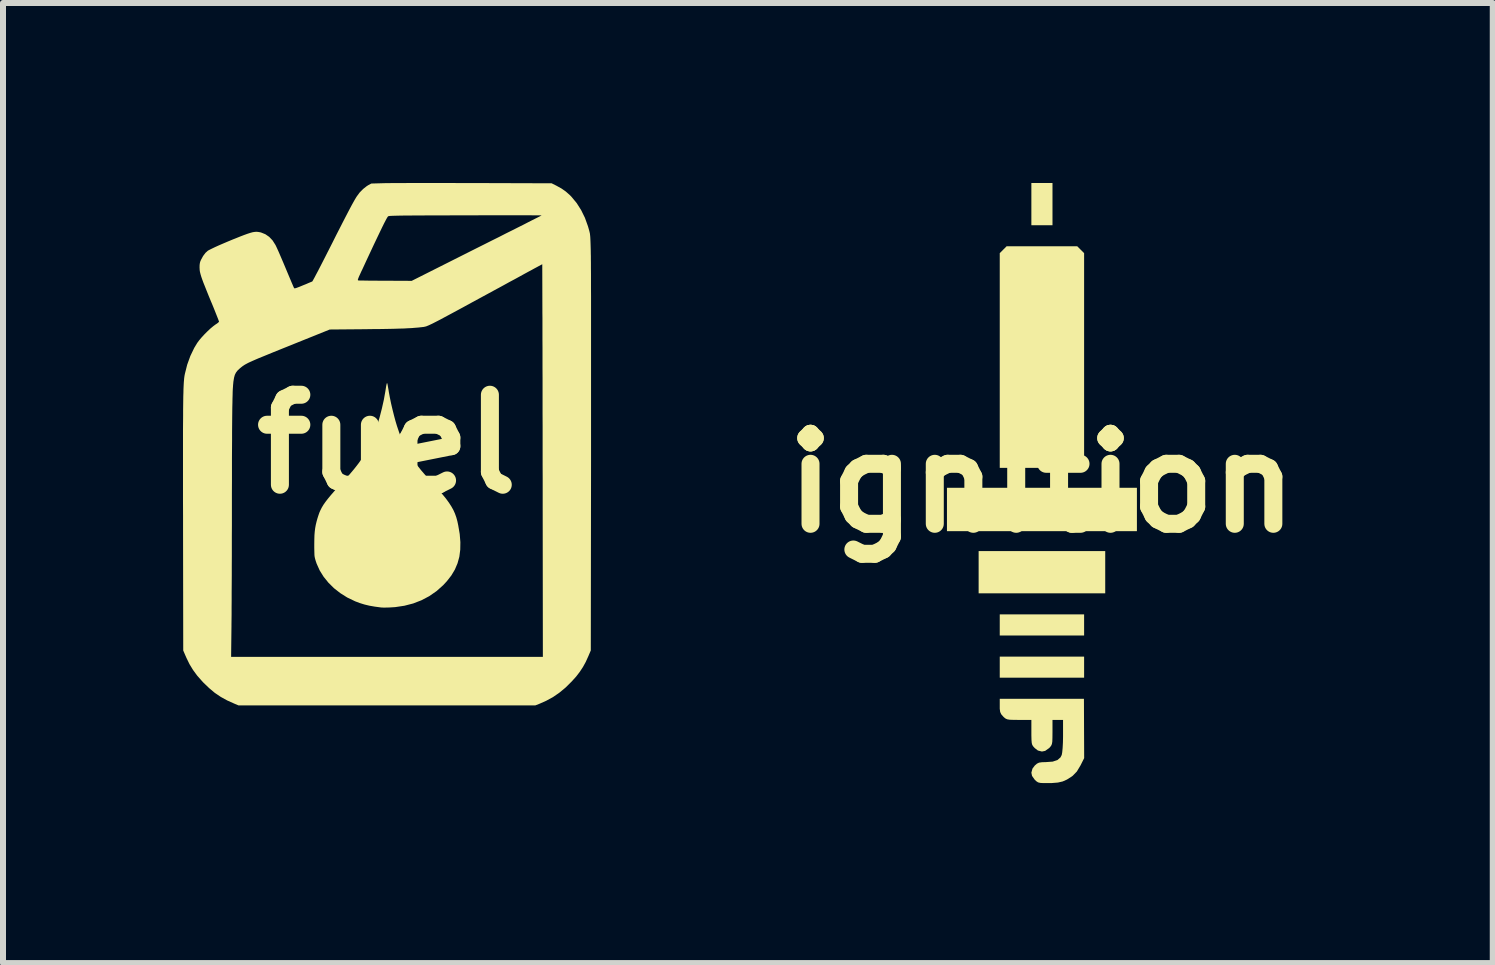
<source format=kicad_pcb>
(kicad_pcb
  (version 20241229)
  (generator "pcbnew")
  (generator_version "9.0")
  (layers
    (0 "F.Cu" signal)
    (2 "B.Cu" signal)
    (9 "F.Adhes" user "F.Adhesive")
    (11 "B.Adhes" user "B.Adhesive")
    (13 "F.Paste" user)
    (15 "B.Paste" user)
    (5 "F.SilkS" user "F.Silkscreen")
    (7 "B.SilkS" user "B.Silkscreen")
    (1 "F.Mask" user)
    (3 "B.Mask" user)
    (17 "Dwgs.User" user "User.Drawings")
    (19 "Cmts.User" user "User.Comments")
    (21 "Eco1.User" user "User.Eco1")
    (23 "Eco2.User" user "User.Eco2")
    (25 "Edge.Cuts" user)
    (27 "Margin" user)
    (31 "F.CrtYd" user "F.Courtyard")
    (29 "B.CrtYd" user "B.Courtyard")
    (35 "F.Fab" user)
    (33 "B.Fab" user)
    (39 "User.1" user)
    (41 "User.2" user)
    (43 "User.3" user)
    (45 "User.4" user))
  (footprint "ignition"
    (layer "F.Cu")
    (at 14.316 5.002)
    (property "Reference" "ignition" (at 0 0 0) (layer "F.SilkS") (effects (font (size 1.5 1.5) (thickness 0.3))))
    (attr board_only exclude_from_pos_files exclude_from_bom)
    (fp_poly (pts (xy 0.176 -4.65) (xy 0.176 -4.298) (xy 0 -4.298) (xy -0.176 -4.298) (xy -0.176 -4.65) (xy -0.176 -5.002) (xy 0 -5.002) (xy 0.176 -5.002)) (stroke (width 0) (type solid)) (fill yes) (layer "F.SilkS"))
    (fp_poly (pts (xy 0.703 2.364) (xy 0.703 2.54) (xy 0 2.54) (xy -0.703 2.54) (xy -0.703 2.364) (xy -0.703 2.188) (xy 0 2.188) (xy 0.703 2.188)) (stroke (width 0) (type solid)) (fill yes) (layer "F.SilkS"))
    (fp_poly (pts (xy 0.703 3.068) (xy 0.703 3.243) (xy 0 3.243) (xy -0.703 3.243) (xy -0.703 3.068) (xy -0.703 2.892) (xy 0 2.892) (xy 0.703 2.892)) (stroke (width 0) (type solid)) (fill yes) (layer "F.SilkS"))
    (fp_poly (pts (xy 1.055 1.485) (xy 1.055 1.837) (xy 0 1.837) (xy -1.055 1.837) (xy -1.055 1.485) (xy -1.055 1.133) (xy 0 1.133) (xy 1.055 1.133)) (stroke (width 0) (type solid)) (fill yes) (layer "F.SilkS"))
    (fp_poly (pts (xy 1.583 0.44) (xy 1.583 0.801) (xy 0 0.801) (xy -1.583 0.801) (xy -1.583 0.44) (xy -1.583 0.078) (xy 0 0.078) (xy 1.583 0.078)) (stroke (width 0) (type solid)) (fill yes) (layer "F.SilkS"))
    (fp_poly (pts (xy 0.646 -3.89) (xy 0.703 -3.833) (xy 0.703 -2.043) (xy 0.703 -0.254) (xy 0 -0.254) (xy -0.703 -0.254) (xy -0.703 -2.043) (xy -0.703 -3.833) (xy -0.646 -3.89) (xy -0.589 -3.947) (xy 0 -3.947) (xy 0.589 -3.947)) (stroke (width 0) (type solid)) (fill yes) (layer "F.SilkS"))
    (fp_poly (pts (xy 0.702 4.09) (xy 0.704 4.584) (xy 0.642 4.707) (xy 0.582 4.807) (xy 0.513 4.878) (xy 0.494 4.892) (xy 0.417 4.941) (xy 0.345 4.973) (xy 0.266 4.991) (xy 0.167 4.999) (xy 0.111 5) (xy 0.027 5) (xy -0.027 4.997) (xy -0.064 4.988) (xy -0.092 4.97) (xy -0.119 4.945) (xy -0.165 4.88) (xy -0.176 4.826) (xy -0.158 4.759) (xy -0.119 4.707) (xy -0.083 4.676) (xy -0.048 4.659) (xy 0.001 4.652) (xy 0.068 4.65) (xy 0.179 4.642) (xy 0.258 4.616) (xy 0.309 4.572) (xy 0.33 4.531) (xy 0.338 4.488) (xy 0.345 4.416) (xy 0.35 4.324) (xy 0.352 4.221) (xy 0.352 4.208) (xy 0.352 3.947) (xy 0.264 3.947) (xy 0.176 3.947) (xy 0.176 4.153) (xy 0.175 4.246) (xy 0.173 4.308) (xy 0.166 4.349) (xy 0.153 4.378) (xy 0.133 4.403) (xy 0.119 4.417) (xy 0.054 4.463) (xy 0 4.474) (xy -0.067 4.457) (xy -0.119 4.417) (xy -0.144 4.39) (xy -0.161 4.364) (xy -0.17 4.331) (xy -0.174 4.28) (xy -0.176 4.204) (xy -0.176 4.153) (xy -0.176 3.947) (xy -0.383 3.947) (xy -0.475 3.946) (xy -0.537 3.944) (xy -0.578 3.937) (xy -0.607 3.924) (xy -0.632 3.904) (xy -0.646 3.89) (xy -0.679 3.852) (xy -0.696 3.814) (xy -0.703 3.761) (xy -0.703 3.714) (xy -0.703 3.595) (xy -0.002 3.595) (xy 0.7 3.595)) (stroke (width 0) (type solid)) (fill yes) (layer "F.SilkS")))
  (footprint "fuel"
    (layer "F.Cu")
    (at 3.401 4.351)
    (property "Reference" "fuel" (at 0 0 0) (layer "F.SilkS") (effects (font (size 1.5 1.5) (thickness 0.3))))
    (attr board_only exclude_from_pos_files exclude_from_bom)
    (fp_poly (pts (xy 0.003 -1.013) (xy 0.006 -1.003) (xy 0.011 -0.979) (xy 0.017 -0.943) (xy 0.025 -0.899) (xy 0.03 -0.866) (xy 0.047 -0.775) (xy 0.067 -0.677) (xy 0.091 -0.575) (xy 0.116 -0.475) (xy 0.141 -0.382) (xy 0.165 -0.302) (xy 0.201 -0.195) (xy 0.239 -0.096) (xy 0.279 -0.004) (xy 0.323 0.084) (xy 0.373 0.17) (xy 0.429 0.256) (xy 0.494 0.344) (xy 0.567 0.436) (xy 0.652 0.535) (xy 0.748 0.642) (xy 0.776 0.673) (xy 0.857 0.762) (xy 0.926 0.841) (xy 0.984 0.912) (xy 1.032 0.978) (xy 1.072 1.04) (xy 1.105 1.099) (xy 1.132 1.159) (xy 1.154 1.221) (xy 1.172 1.287) (xy 1.186 1.353) (xy 1.211 1.499) (xy 1.222 1.635) (xy 1.22 1.761) (xy 1.205 1.878) (xy 1.175 1.987) (xy 1.131 2.091) (xy 1.072 2.19) (xy 0.998 2.285) (xy 0.935 2.353) (xy 0.825 2.451) (xy 0.704 2.535) (xy 0.575 2.603) (xy 0.436 2.657) (xy 0.289 2.695) (xy 0.135 2.718) (xy 0.04 2.724) (xy -0.005 2.725) (xy -0.047 2.726) (xy -0.079 2.725) (xy -0.098 2.724) (xy -0.203 2.71) (xy -0.295 2.694) (xy -0.378 2.674) (xy -0.455 2.65) (xy -0.532 2.621) (xy -0.538 2.618) (xy -0.663 2.558) (xy -0.779 2.485) (xy -0.884 2.403) (xy -0.977 2.311) (xy -1.057 2.212) (xy -1.123 2.106) (xy -1.173 1.995) (xy -1.188 1.951) (xy -1.196 1.924) (xy -1.202 1.901) (xy -1.207 1.878) (xy -1.21 1.852) (xy -1.211 1.82) (xy -1.212 1.779) (xy -1.213 1.726) (xy -1.213 1.676) (xy -1.212 1.591) (xy -1.21 1.52) (xy -1.205 1.458) (xy -1.198 1.402) (xy -1.188 1.347) (xy -1.174 1.289) (xy -1.16 1.239) (xy -1.144 1.189) (xy -1.128 1.143) (xy -1.109 1.1) (xy -1.087 1.057) (xy -1.06 1.012) (xy -1.027 0.965) (xy -0.988 0.914) (xy -0.941 0.857) (xy -0.885 0.792) (xy -0.818 0.719) (xy -0.74 0.634) (xy -0.73 0.623) (xy -0.634 0.517) (xy -0.551 0.419) (xy -0.479 0.327) (xy -0.416 0.239) (xy -0.361 0.151) (xy -0.312 0.063) (xy -0.268 -0.03) (xy -0.246 -0.081) (xy -0.203 -0.193) (xy -0.161 -0.318) (xy -0.122 -0.453) (xy -0.086 -0.593) (xy -0.054 -0.735) (xy -0.029 -0.874) (xy -0.022 -0.918) (xy -0.015 -0.963) (xy -0.009 -0.992) (xy -0.005 -1.009) (xy -0.000327 -1.015)) (stroke (width 0) (type solid)) (fill yes) (layer "F.SilkS"))
    (fp_poly (pts (xy 0.763 -4.351) (xy 0.902 -4.351) (xy 1.048 -4.351) (xy 1.197 -4.35) (xy 1.35 -4.35) (xy 1.458 -4.35) (xy 2.743 -4.346) (xy 2.821 -4.307) (xy 2.906 -4.26) (xy 2.979 -4.209) (xy 3.047 -4.149) (xy 3.075 -4.12) (xy 3.161 -4.016) (xy 3.235 -3.899) (xy 3.298 -3.771) (xy 3.349 -3.629) (xy 3.371 -3.552) (xy 3.376 -3.531) (xy 3.381 -3.509) (xy 3.384 -3.483) (xy 3.387 -3.453) (xy 3.389 -3.414) (xy 3.391 -3.367) (xy 3.393 -3.307) (xy 3.395 -3.234) (xy 3.396 -3.165) (xy 3.397 -3.132) (xy 3.397 -3.082) (xy 3.398 -3.016) (xy 3.398 -2.934) (xy 3.399 -2.837) (xy 3.399 -2.726) (xy 3.399 -2.602) (xy 3.4 -2.465) (xy 3.4 -2.315) (xy 3.4 -2.155) (xy 3.4 -1.984) (xy 3.4 -1.803) (xy 3.4 -1.613) (xy 3.4 -1.414) (xy 3.4 -1.208) (xy 3.4 -0.995) (xy 3.4 -0.776) (xy 3.4 -0.551) (xy 3.4 -0.321) (xy 3.4 -0.087) (xy 3.4 0.15) (xy 3.4 0.295) (xy 3.396 3.44) (xy 3.355 3.536) (xy 3.311 3.633) (xy 3.264 3.718) (xy 3.212 3.797) (xy 3.152 3.875) (xy 3.079 3.956) (xy 3.075 3.96) (xy 2.974 4.06) (xy 2.871 4.145) (xy 2.765 4.218) (xy 2.651 4.28) (xy 2.538 4.33) (xy 2.471 4.356) (xy -0.002 4.356) (xy -2.476 4.356) (xy -2.547 4.326) (xy -2.665 4.273) (xy -2.772 4.214) (xy -2.871 4.147) (xy -2.965 4.068) (xy -3.06 3.977) (xy -3.084 3.951) (xy -3.166 3.858) (xy -3.234 3.765) (xy -3.293 3.668) (xy -3.346 3.559) (xy -3.351 3.547) (xy -2.599 3.547) (xy -0.001 3.547) (xy 2.597 3.547) (xy 2.594 1.011) (xy 2.594 0.79) (xy 2.594 0.569) (xy 2.593 0.349) (xy 2.593 0.13) (xy 2.593 -0.086) (xy 2.593 -0.299) (xy 2.592 -0.506) (xy 2.592 -0.708) (xy 2.592 -0.903) (xy 2.592 -1.091) (xy 2.591 -1.269) (xy 2.591 -1.438) (xy 2.591 -1.596) (xy 2.59 -1.742) (xy 2.59 -1.876) (xy 2.59 -1.996) (xy 2.59 -2.101) (xy 2.589 -2.19) (xy 2.589 -2.261) (xy 2.587 -2.997) (xy 2.514 -2.958) (xy 2.494 -2.947) (xy 2.46 -2.929) (xy 2.413 -2.903) (xy 2.355 -2.872) (xy 2.287 -2.835) (xy 2.211 -2.793) (xy 2.127 -2.747) (xy 2.037 -2.699) (xy 1.943 -2.647) (xy 1.846 -2.594) (xy 1.845 -2.594) (xy 1.687 -2.508) (xy 1.545 -2.431) (xy 1.416 -2.361) (xy 1.301 -2.298) (xy 1.198 -2.242) (xy 1.107 -2.193) (xy 1.027 -2.15) (xy 0.956 -2.112) (xy 0.895 -2.079) (xy 0.843 -2.052) (xy 0.798 -2.029) (xy 0.759 -2.009) (xy 0.727 -1.994) (xy 0.7 -1.981) (xy 0.678 -1.972) (xy 0.659 -1.964) (xy 0.643 -1.959) (xy 0.629 -1.956) (xy 0.616 -1.953) (xy 0.604 -1.951) (xy 0.591 -1.95) (xy 0.578 -1.948) (xy 0.573 -1.948) (xy 0.523 -1.942) (xy 0.47 -1.938) (xy 0.413 -1.933) (xy 0.349 -1.93) (xy 0.279 -1.926) (xy 0.2 -1.924) (xy 0.11 -1.921) (xy 0.009 -1.919) (xy -0.106 -1.917) (xy -0.235 -1.916) (xy -0.377 -1.914) (xy -0.955 -1.909) (xy -1.546 -1.671) (xy -1.68 -1.617) (xy -1.797 -1.57) (xy -1.901 -1.528) (xy -1.991 -1.491) (xy -2.069 -1.459) (xy -2.136 -1.432) (xy -2.194 -1.407) (xy -2.242 -1.386) (xy -2.282 -1.368) (xy -2.316 -1.352) (xy -2.344 -1.337) (xy -2.368 -1.324) (xy -2.388 -1.311) (xy -2.406 -1.299) (xy -2.423 -1.286) (xy -2.439 -1.273) (xy -2.457 -1.258) (xy -2.492 -1.225) (xy -2.518 -1.191) (xy -2.537 -1.153) (xy -2.55 -1.106) (xy -2.56 -1.045) (xy -2.561 -1.04) (xy -2.563 -1.016) (xy -2.566 -0.987) (xy -2.568 -0.954) (xy -2.571 -0.915) (xy -2.573 -0.87) (xy -2.574 -0.818) (xy -2.576 -0.759) (xy -2.577 -0.691) (xy -2.579 -0.614) (xy -2.58 -0.527) (xy -2.581 -0.429) (xy -2.582 -0.32) (xy -2.583 -0.199) (xy -2.583 -0.065) (xy -2.584 0.082) (xy -2.585 0.243) (xy -2.585 0.42) (xy -2.585 0.612) (xy -2.586 0.82) (xy -2.586 1.018) (xy -2.586 1.19) (xy -2.586 1.363) (xy -2.587 1.535) (xy -2.587 1.706) (xy -2.587 1.873) (xy -2.588 2.035) (xy -2.588 2.191) (xy -2.589 2.341) (xy -2.59 2.481) (xy -2.59 2.611) (xy -2.591 2.729) (xy -2.591 2.835) (xy -2.592 2.927) (xy -2.593 3.003) (xy -2.593 3.038) (xy -2.599 3.547) (xy -3.351 3.547) (xy -3.36 3.527) (xy -3.397 3.441) (xy -3.4 1.434) (xy -3.4 1.185) (xy -3.401 0.954) (xy -3.401 0.739) (xy -3.401 0.539) (xy -3.401 0.355) (xy -3.401 0.186) (xy -3.401 0.03) (xy -3.401 -0.112) (xy -3.401 -0.242) (xy -3.4 -0.36) (xy -3.399 -0.467) (xy -3.399 -0.564) (xy -3.398 -0.65) (xy -3.397 -0.727) (xy -3.396 -0.796) (xy -3.394 -0.857) (xy -3.393 -0.91) (xy -3.391 -0.957) (xy -3.389 -0.998) (xy -3.387 -1.034) (xy -3.384 -1.065) (xy -3.382 -1.092) (xy -3.379 -1.116) (xy -3.376 -1.137) (xy -3.372 -1.157) (xy -3.37 -1.168) (xy -3.331 -1.323) (xy -3.278 -1.469) (xy -3.213 -1.604) (xy -3.164 -1.685) (xy -3.133 -1.727) (xy -3.092 -1.776) (xy -3.044 -1.828) (xy -2.993 -1.879) (xy -2.943 -1.926) (xy -2.896 -1.965) (xy -2.861 -1.991) (xy -2.832 -2.01) (xy -2.811 -2.027) (xy -2.801 -2.039) (xy -2.8 -2.04) (xy -2.804 -2.051) (xy -2.813 -2.076) (xy -2.828 -2.114) (xy -2.847 -2.162) (xy -2.87 -2.22) (xy -2.896 -2.285) (xy -2.925 -2.355) (xy -2.93 -2.366) (xy -2.972 -2.468) (xy -3.007 -2.555) (xy -3.036 -2.628) (xy -3.061 -2.69) (xy -3.08 -2.742) (xy -3.095 -2.785) (xy -3.106 -2.821) (xy -3.114 -2.852) (xy -3.12 -2.878) (xy -3.123 -2.902) (xy -3.124 -2.926) (xy -3.125 -2.943) (xy -3.124 -2.984) (xy -3.12 -3.015) (xy -3.113 -3.042) (xy -3.101 -3.07) (xy -3.066 -3.134) (xy -3.027 -3.186) (xy -2.988 -3.221) (xy -2.986 -3.223) (xy -2.96 -3.237) (xy -2.92 -3.257) (xy -2.868 -3.282) (xy -2.804 -3.311) (xy -2.732 -3.342) (xy -2.652 -3.376) (xy -2.568 -3.411) (xy -2.537 -3.423) (xy -2.453 -3.457) (xy -2.383 -3.484) (xy -2.325 -3.505) (xy -2.278 -3.52) (xy -2.238 -3.531) (xy -2.204 -3.536) (xy -2.174 -3.538) (xy -2.146 -3.535) (xy -2.117 -3.53) (xy -2.1 -3.526) (xy -2.028 -3.497) (xy -1.964 -3.453) (xy -1.908 -3.394) (xy -1.861 -3.32) (xy -1.86 -3.319) (xy -1.847 -3.292) (xy -1.828 -3.251) (xy -1.805 -3.2) (xy -1.78 -3.142) (xy -1.753 -3.079) (xy -1.729 -3.023) (xy -1.69 -2.93) (xy -1.657 -2.851) (xy -1.63 -2.787) (xy -1.608 -2.735) (xy -1.591 -2.694) (xy -1.577 -2.662) (xy -1.567 -2.638) (xy -1.56 -2.622) (xy -1.555 -2.611) (xy -1.551 -2.603) (xy -1.549 -2.599) (xy -1.548 -2.598) (xy -1.542 -2.595) (xy -1.527 -2.597) (xy -1.502 -2.605) (xy -1.465 -2.619) (xy -1.414 -2.64) (xy -1.4 -2.646) (xy -1.352 -2.665) (xy -1.311 -2.683) (xy -1.277 -2.697) (xy -1.255 -2.706) (xy -1.247 -2.709) (xy -1.241 -2.718) (xy -1.231 -2.735) (xy -0.487 -2.735) (xy -0.484 -2.729) (xy -0.478 -2.727) (xy -0.477 -2.727) (xy -0.465 -2.726) (xy -0.436 -2.725) (xy -0.393 -2.725) (xy -0.338 -2.724) (xy -0.273 -2.723) (xy -0.198 -2.723) (xy -0.117 -2.722) (xy -0.031 -2.722) (xy -0.024 -2.722) (xy 0.411 -2.72) (xy 1.492 -3.264) (xy 1.622 -3.329) (xy 1.747 -3.392) (xy 1.868 -3.452) (xy 1.981 -3.51) (xy 2.088 -3.563) (xy 2.187 -3.613) (xy 2.277 -3.658) (xy 2.356 -3.699) (xy 2.425 -3.734) (xy 2.483 -3.763) (xy 2.527 -3.785) (xy 2.558 -3.801) (xy 2.575 -3.81) (xy 2.578 -3.811) (xy 2.57 -3.811) (xy 2.545 -3.812) (xy 2.504 -3.812) (xy 2.448 -3.812) (xy 2.379 -3.813) (xy 2.296 -3.813) (xy 2.202 -3.813) (xy 2.097 -3.813) (xy 1.982 -3.813) (xy 1.859 -3.813) (xy 1.727 -3.813) (xy 1.589 -3.813) (xy 1.444 -3.812) (xy 1.311 -3.812) (xy 1.134 -3.812) (xy 0.974 -3.811) (xy 0.831 -3.811) (xy 0.702 -3.811) (xy 0.588 -3.81) (xy 0.488 -3.81) (xy 0.4 -3.809) (xy 0.324 -3.809) (xy 0.258 -3.808) (xy 0.203 -3.807) (xy 0.157 -3.806) (xy 0.119 -3.805) (xy 0.089 -3.804) (xy 0.065 -3.803) (xy 0.048 -3.802) (xy 0.035 -3.8) (xy 0.026 -3.798) (xy 0.02 -3.797) (xy 0.017 -3.795) (xy 0.009 -3.785) (xy -0.005 -3.762) (xy -0.025 -3.725) (xy -0.051 -3.675) (xy -0.083 -3.61) (xy -0.121 -3.531) (xy -0.166 -3.437) (xy -0.218 -3.328) (xy -0.276 -3.204) (xy -0.341 -3.065) (xy -0.413 -2.909) (xy -0.426 -2.883) (xy -0.45 -2.83) (xy -0.468 -2.791) (xy -0.479 -2.763) (xy -0.485 -2.745) (xy -0.487 -2.735) (xy -1.231 -2.735) (xy -1.228 -2.741) (xy -1.208 -2.777) (xy -1.183 -2.825) (xy -1.152 -2.883) (xy -1.117 -2.951) (xy -1.078 -3.027) (xy -1.036 -3.109) (xy -0.992 -3.196) (xy -0.981 -3.217) (xy -0.909 -3.359) (xy -0.845 -3.487) (xy -0.787 -3.6) (xy -0.736 -3.7) (xy -0.691 -3.787) (xy -0.651 -3.864) (xy -0.617 -3.929) (xy -0.587 -3.985) (xy -0.561 -4.032) (xy -0.539 -4.071) (xy -0.52 -4.103) (xy -0.505 -4.127) (xy -0.456 -4.193) (xy -0.399 -4.251) (xy -0.338 -4.299) (xy -0.309 -4.317) (xy -0.262 -4.342) (xy -0.044 -4.348) (xy -0.01 -4.349) (xy 0.042 -4.349) (xy 0.109 -4.35) (xy 0.19 -4.35) (xy 0.283 -4.35) (xy 0.389 -4.351) (xy 0.505 -4.351) (xy 0.63 -4.351)) (stroke (width 0) (type solid)) (fill yes) (layer "F.SilkS")))
  (gr_rect
    (start -3 -3)
    (end 21.83 13.002)
    (stroke (width 0.1) (type default))
    (fill no)
    (layer "Edge.Cuts")))
</source>
